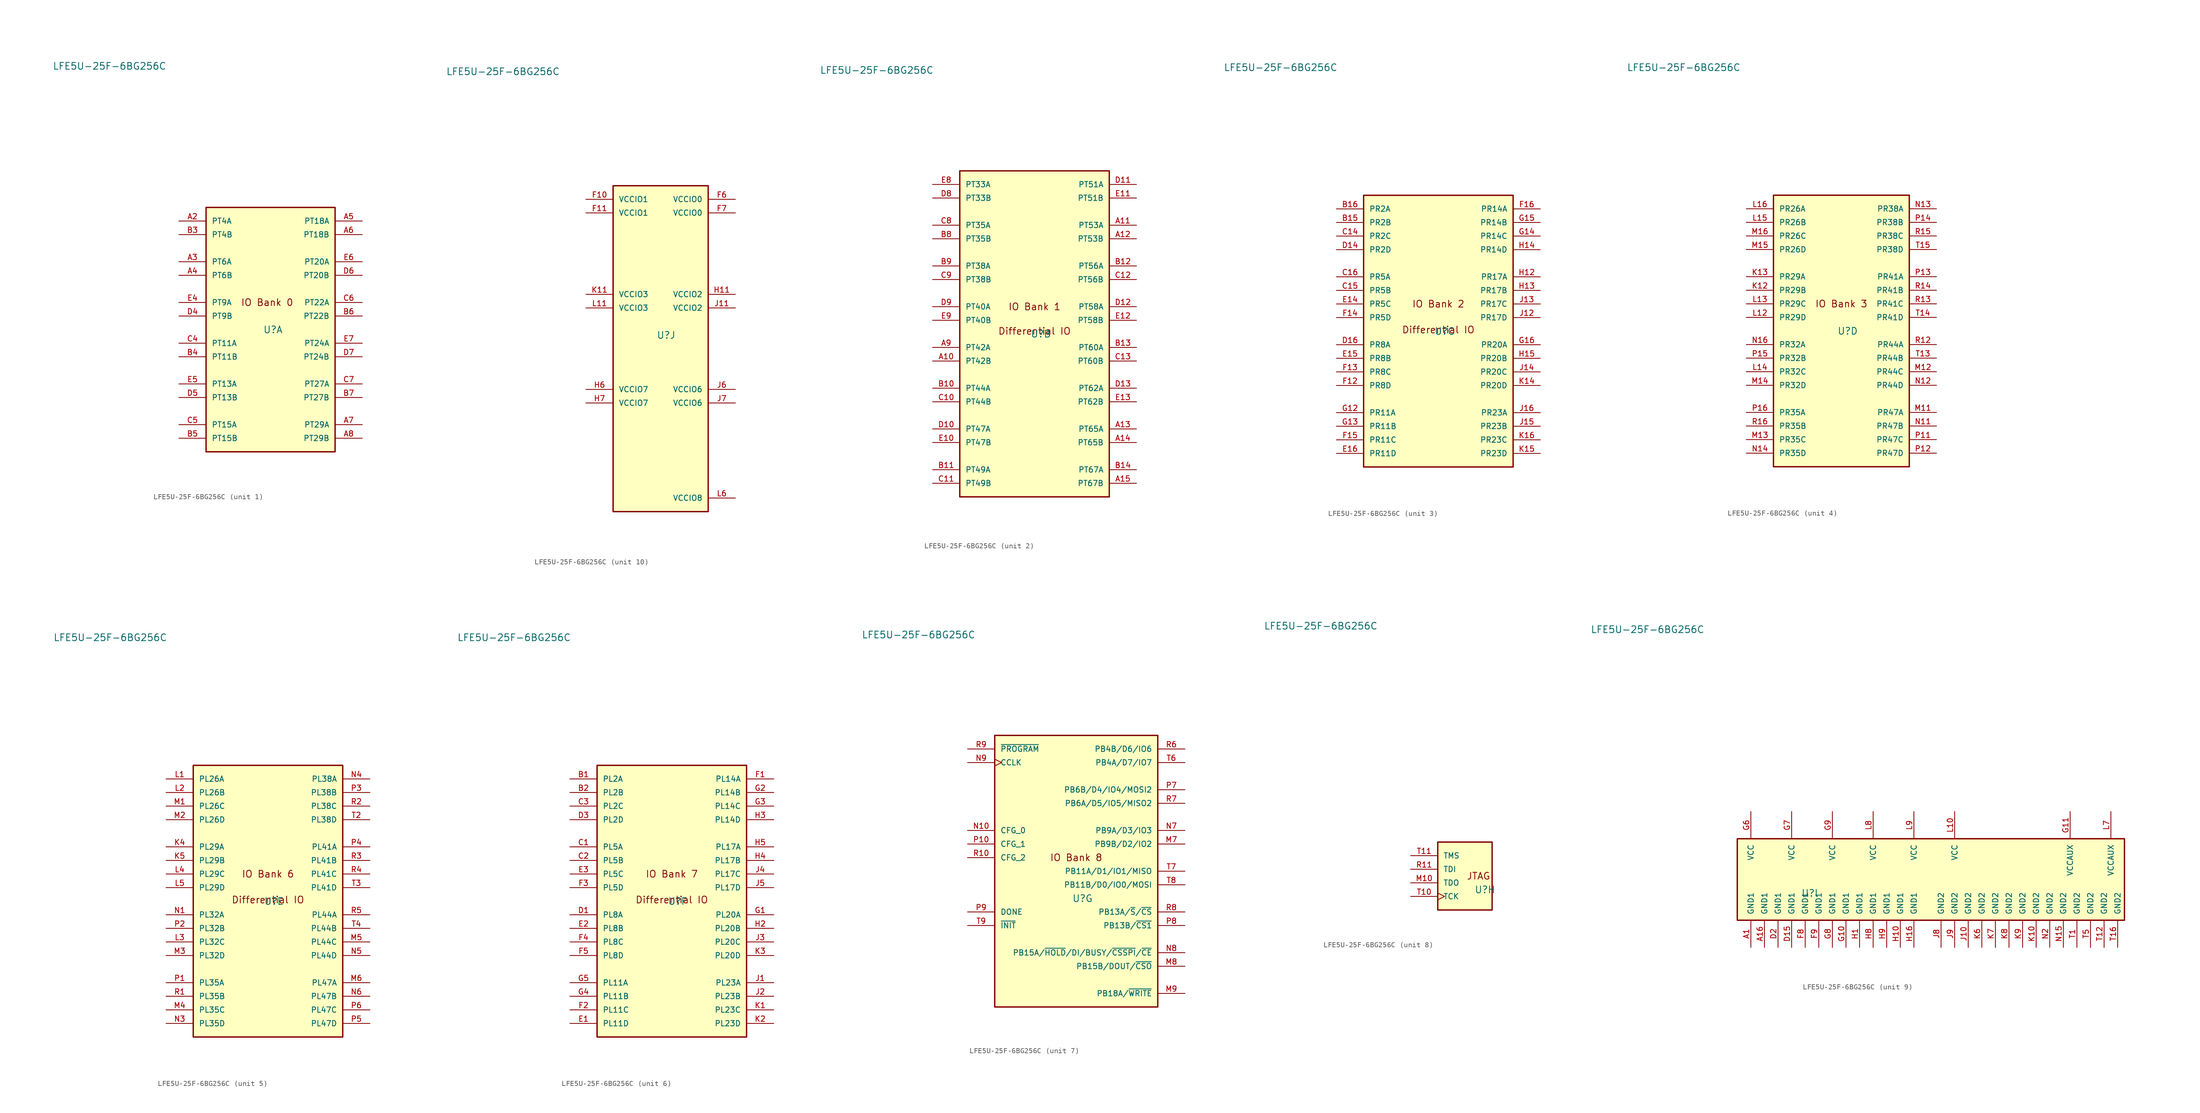
<source format=kicad_sym>
(kicad_symbol_lib
  (version 20241209)
  (generator "kicad_symbol_editor")
  (generator_version "9.0")
  (symbol "LFE5U-25F-6BG256C"
    (pin_names
      (offset 1.016))
    (property "Reference" "U"
      (at -0.762 -3.302 0)
      (effects (font (size 1.27 1.27)) (justify left bottom)))
    (property "Value" "LFE5U-25F-6BG256C"
      (at -40.132 47.498 0)
      (effects (font (size 1.27 1.27)) (justify left top)))
    (property "ki_locked" ""
      (at 0 0 0)
      (effects (font (size 1.27 1.27))))
    (symbol "LFE5U-25F-6BG256C_1_0"
      (rectangle (start -11.43 20.32) (end 12.7 -25.4) (stroke (width 0.254) (type default)) (fill (type background)))
      (pin bidirectional line (at -16.51 17.78 0) (length 5.08) (name "PT4A" (effects (font (size 1.016 1.016)))) (number "A2" (effects (font (size 1.016 1.016)))))
      (pin bidirectional line (at -16.51 15.24 0) (length 5.08) (name "PT4B" (effects (font (size 1.016 1.016)))) (number "B3" (effects (font (size 1.016 1.016)))))
      (pin bidirectional line (at -16.51 10.16 0) (length 5.08) (name "PT6A" (effects (font (size 1.016 1.016)))) (number "A3" (effects (font (size 1.016 1.016)))))
      (pin bidirectional line (at -16.51 7.62 0) (length 5.08) (name "PT6B" (effects (font (size 1.016 1.016)))) (number "A4" (effects (font (size 1.016 1.016)))))
      (pin bidirectional line (at -16.51 2.54 0) (length 5.08) (name "PT9A" (effects (font (size 1.016 1.016)))) (number "E4" (effects (font (size 1.016 1.016)))))
      (pin bidirectional line (at -16.51 0 0) (length 5.08) (name "PT9B" (effects (font (size 1.016 1.016)))) (number "D4" (effects (font (size 1.016 1.016)))))
      (pin bidirectional line (at -16.51 -5.08 0) (length 5.08) (name "PT11A" (effects (font (size 1.016 1.016)))) (number "C4" (effects (font (size 1.016 1.016)))))
      (pin bidirectional line (at -16.51 -7.62 0) (length 5.08) (name "PT11B" (effects (font (size 1.016 1.016)))) (number "B4" (effects (font (size 1.016 1.016)))))
      (pin bidirectional line (at -16.51 -12.7 0) (length 5.08) (name "PT13A" (effects (font (size 1.016 1.016)))) (number "E5" (effects (font (size 1.016 1.016)))))
      (pin bidirectional line (at -16.51 -15.24 0) (length 5.08) (name "PT13B" (effects (font (size 1.016 1.016)))) (number "D5" (effects (font (size 1.016 1.016)))))
      (pin bidirectional line (at -16.51 -20.32 0) (length 5.08) (name "PT15A" (effects (font (size 1.016 1.016)))) (number "C5" (effects (font (size 1.016 1.016)))))
      (pin bidirectional line (at -16.51 -22.86 0) (length 5.08) (name "PT15B" (effects (font (size 1.016 1.016)))) (number "B5" (effects (font (size 1.016 1.016)))))
      (pin bidirectional line (at 17.78 17.78 180) (length 5.08) (name "PT18A" (effects (font (size 1.016 1.016)))) (number "A5" (effects (font (size 1.016 1.016)))))
      (pin bidirectional line (at 17.78 15.24 180) (length 5.08) (name "PT18B" (effects (font (size 1.016 1.016)))) (number "A6" (effects (font (size 1.016 1.016)))))
      (pin bidirectional line (at 17.78 10.16 180) (length 5.08) (name "PT20A" (effects (font (size 1.016 1.016)))) (number "E6" (effects (font (size 1.016 1.016)))))
      (pin bidirectional line (at 17.78 7.62 180) (length 5.08) (name "PT20B" (effects (font (size 1.016 1.016)))) (number "D6" (effects (font (size 1.016 1.016)))))
      (pin bidirectional line (at 17.78 2.54 180) (length 5.08) (name "PT22A" (effects (font (size 1.016 1.016)))) (number "C6" (effects (font (size 1.016 1.016)))))
      (pin bidirectional line (at 17.78 0 180) (length 5.08) (name "PT22B" (effects (font (size 1.016 1.016)))) (number "B6" (effects (font (size 1.016 1.016)))))
      (pin bidirectional line (at 17.78 -5.08 180) (length 5.08) (name "PT24A" (effects (font (size 1.016 1.016)))) (number "E7" (effects (font (size 1.016 1.016)))))
      (pin bidirectional line (at 17.78 -7.62 180) (length 5.08) (name "PT24B" (effects (font (size 1.016 1.016)))) (number "D7" (effects (font (size 1.016 1.016)))))
      (pin bidirectional line (at 17.78 -12.7 180) (length 5.08) (name "PT27A" (effects (font (size 1.016 1.016)))) (number "C7" (effects (font (size 1.016 1.016)))))
      (pin bidirectional line (at 17.78 -15.24 180) (length 5.08) (name "PT27B" (effects (font (size 1.016 1.016)))) (number "B7" (effects (font (size 1.016 1.016)))))
      (pin bidirectional line (at 17.78 -20.32 180) (length 5.08) (name "PT29A" (effects (font (size 1.016 1.016)))) (number "A7" (effects (font (size 1.016 1.016)))))
      (pin bidirectional line (at 17.78 -22.86 180) (length 5.08) (name "PT29B" (effects (font (size 1.016 1.016)))) (number "A8" (effects (font (size 1.016 1.016))))))
    (symbol "LFE5U-25F-6BG256C_1_1"
      (text "IO Bank 0" (at 0 2.54 0) (effects (font (size 1.27 1.27)))))
    (symbol "LFE5U-25F-6BG256C_2_0"
      (rectangle (start -13.97 27.94) (end 13.97 -33.02) (stroke (width 0.254) (type default)) (fill (type background)))
      (pin bidirectional line (at -19.05 25.4 0) (length 5.08) (name "PT33A" (effects (font (size 1.016 1.016)))) (number "E8" (effects (font (size 1.016 1.016)))))
      (pin bidirectional line (at -19.05 22.86 0) (length 5.08) (name "PT33B" (effects (font (size 1.016 1.016)))) (number "D8" (effects (font (size 1.016 1.016)))))
      (pin bidirectional line (at -19.05 17.78 0) (length 5.08) (name "PT35A" (effects (font (size 1.016 1.016)))) (number "C8" (effects (font (size 1.016 1.016)))))
      (pin bidirectional line (at -19.05 15.24 0) (length 5.08) (name "PT35B" (effects (font (size 1.016 1.016)))) (number "B8" (effects (font (size 1.016 1.016)))))
      (pin bidirectional line (at -19.05 10.16 0) (length 5.08) (name "PT38A" (effects (font (size 1.016 1.016)))) (number "B9" (effects (font (size 1.016 1.016)))))
      (pin bidirectional line (at -19.05 7.62 0) (length 5.08) (name "PT38B" (effects (font (size 1.016 1.016)))) (number "C9" (effects (font (size 1.016 1.016)))))
      (pin bidirectional line (at -19.05 2.54 0) (length 5.08) (name "PT40A" (effects (font (size 1.016 1.016)))) (number "D9" (effects (font (size 1.016 1.016)))))
      (pin bidirectional line (at -19.05 0 0) (length 5.08) (name "PT40B" (effects (font (size 1.016 1.016)))) (number "E9" (effects (font (size 1.016 1.016)))))
      (pin bidirectional line (at -19.05 -5.08 0) (length 5.08) (name "PT42A" (effects (font (size 1.016 1.016)))) (number "A9" (effects (font (size 1.016 1.016)))))
      (pin bidirectional line (at -19.05 -7.62 0) (length 5.08) (name "PT42B" (effects (font (size 1.016 1.016)))) (number "A10" (effects (font (size 1.016 1.016)))))
      (pin bidirectional line (at -19.05 -12.7 0) (length 5.08) (name "PT44A" (effects (font (size 1.016 1.016)))) (number "B10" (effects (font (size 1.016 1.016)))))
      (pin bidirectional line (at -19.05 -15.24 0) (length 5.08) (name "PT44B" (effects (font (size 1.016 1.016)))) (number "C10" (effects (font (size 1.016 1.016)))))
      (pin bidirectional line (at -19.05 -20.32 0) (length 5.08) (name "PT47A" (effects (font (size 1.016 1.016)))) (number "D10" (effects (font (size 1.016 1.016)))))
      (pin bidirectional line (at -19.05 -22.86 0) (length 5.08) (name "PT47B" (effects (font (size 1.016 1.016)))) (number "E10" (effects (font (size 1.016 1.016)))))
      (pin bidirectional line (at -19.05 -27.94 0) (length 5.08) (name "PT49A" (effects (font (size 1.016 1.016)))) (number "B11" (effects (font (size 1.016 1.016)))))
      (pin bidirectional line (at -19.05 -30.48 0) (length 5.08) (name "PT49B" (effects (font (size 1.016 1.016)))) (number "C11" (effects (font (size 1.016 1.016)))))
      (pin bidirectional line (at 19.05 25.4 180) (length 5.08) (name "PT51A" (effects (font (size 1.016 1.016)))) (number "D11" (effects (font (size 1.016 1.016)))))
      (pin bidirectional line (at 19.05 22.86 180) (length 5.08) (name "PT51B" (effects (font (size 1.016 1.016)))) (number "E11" (effects (font (size 1.016 1.016)))))
      (pin bidirectional line (at 19.05 17.78 180) (length 5.08) (name "PT53A" (effects (font (size 1.016 1.016)))) (number "A11" (effects (font (size 1.016 1.016)))))
      (pin bidirectional line (at 19.05 15.24 180) (length 5.08) (name "PT53B" (effects (font (size 1.016 1.016)))) (number "A12" (effects (font (size 1.016 1.016)))))
      (pin bidirectional line (at 19.05 10.16 180) (length 5.08) (name "PT56A" (effects (font (size 1.016 1.016)))) (number "B12" (effects (font (size 1.016 1.016)))))
      (pin bidirectional line (at 19.05 7.62 180) (length 5.08) (name "PT56B" (effects (font (size 1.016 1.016)))) (number "C12" (effects (font (size 1.016 1.016)))))
      (pin bidirectional line (at 19.05 2.54 180) (length 5.08) (name "PT58A" (effects (font (size 1.016 1.016)))) (number "D12" (effects (font (size 1.016 1.016)))))
      (pin bidirectional line (at 19.05 0 180) (length 5.08) (name "PT58B" (effects (font (size 1.016 1.016)))) (number "E12" (effects (font (size 1.016 1.016)))))
      (pin bidirectional line (at 19.05 -5.08 180) (length 5.08) (name "PT60A" (effects (font (size 1.016 1.016)))) (number "B13" (effects (font (size 1.016 1.016)))))
      (pin bidirectional line (at 19.05 -7.62 180) (length 5.08) (name "PT60B" (effects (font (size 1.016 1.016)))) (number "C13" (effects (font (size 1.016 1.016)))))
      (pin bidirectional line (at 19.05 -12.7 180) (length 5.08) (name "PT62A" (effects (font (size 1.016 1.016)))) (number "D13" (effects (font (size 1.016 1.016)))))
      (pin bidirectional line (at 19.05 -15.24 180) (length 5.08) (name "PT62B" (effects (font (size 1.016 1.016)))) (number "E13" (effects (font (size 1.016 1.016)))))
      (pin bidirectional line (at 19.05 -20.32 180) (length 5.08) (name "PT65A" (effects (font (size 1.016 1.016)))) (number "A13" (effects (font (size 1.016 1.016)))))
      (pin bidirectional line (at 19.05 -22.86 180) (length 5.08) (name "PT65B" (effects (font (size 1.016 1.016)))) (number "A14" (effects (font (size 1.016 1.016)))))
      (pin bidirectional line (at 19.05 -27.94 180) (length 5.08) (name "PT67A" (effects (font (size 1.016 1.016)))) (number "B14" (effects (font (size 1.016 1.016)))))
      (pin bidirectional line (at 19.05 -30.48 180) (length 5.08) (name "PT67B" (effects (font (size 1.016 1.016)))) (number "A15" (effects (font (size 1.016 1.016))))))
    (symbol "LFE5U-25F-6BG256C_2_1"
      (text "IO Bank 1" (at 0 2.54 0) (effects (font (size 1.27 1.27))))
      (text "Differential IO" (at 0 -2.032 0) (effects (font (size 1.27 1.27)))))
    (symbol "LFE5U-25F-6BG256C_3_0"
      (rectangle (start -13.97 22.86) (end 13.97 -27.94) (stroke (width 0.254) (type default)) (fill (type background)))
      (pin bidirectional line (at -19.05 20.32 0) (length 5.08) (name "PR2A" (effects (font (size 1.016 1.016)))) (number "B16" (effects (font (size 1.016 1.016)))))
      (pin bidirectional line (at -19.05 17.78 0) (length 5.08) (name "PR2B" (effects (font (size 1.016 1.016)))) (number "B15" (effects (font (size 1.016 1.016)))))
      (pin bidirectional line (at -19.05 15.24 0) (length 5.08) (name "PR2C" (effects (font (size 1.016 1.016)))) (number "C14" (effects (font (size 1.016 1.016)))))
      (pin bidirectional line (at -19.05 12.7 0) (length 5.08) (name "PR2D" (effects (font (size 1.016 1.016)))) (number "D14" (effects (font (size 1.016 1.016)))))
      (pin bidirectional line (at -19.05 7.62 0) (length 5.08) (name "PR5A" (effects (font (size 1.016 1.016)))) (number "C16" (effects (font (size 1.016 1.016)))))
      (pin bidirectional line (at -19.05 5.08 0) (length 5.08) (name "PR5B" (effects (font (size 1.016 1.016)))) (number "C15" (effects (font (size 1.016 1.016)))))
      (pin bidirectional line (at -19.05 2.54 0) (length 5.08) (name "PR5C" (effects (font (size 1.016 1.016)))) (number "E14" (effects (font (size 1.016 1.016)))))
      (pin bidirectional line (at -19.05 0 0) (length 5.08) (name "PR5D" (effects (font (size 1.016 1.016)))) (number "F14" (effects (font (size 1.016 1.016)))))
      (pin bidirectional line (at -19.05 -5.08 0) (length 5.08) (name "PR8A" (effects (font (size 1.016 1.016)))) (number "D16" (effects (font (size 1.016 1.016)))))
      (pin bidirectional line (at -19.05 -7.62 0) (length 5.08) (name "PR8B" (effects (font (size 1.016 1.016)))) (number "E15" (effects (font (size 1.016 1.016)))))
      (pin bidirectional line (at -19.05 -10.16 0) (length 5.08) (name "PR8C" (effects (font (size 1.016 1.016)))) (number "F13" (effects (font (size 1.016 1.016)))))
      (pin bidirectional line (at -19.05 -12.7 0) (length 5.08) (name "PR8D" (effects (font (size 1.016 1.016)))) (number "F12" (effects (font (size 1.016 1.016)))))
      (pin bidirectional line (at -19.05 -17.78 0) (length 5.08) (name "PR11A" (effects (font (size 1.016 1.016)))) (number "G12" (effects (font (size 1.016 1.016)))))
      (pin bidirectional line (at -19.05 -20.32 0) (length 5.08) (name "PR11B" (effects (font (size 1.016 1.016)))) (number "G13" (effects (font (size 1.016 1.016)))))
      (pin bidirectional line (at -19.05 -22.86 0) (length 5.08) (name "PR11C" (effects (font (size 1.016 1.016)))) (number "F15" (effects (font (size 1.016 1.016)))))
      (pin bidirectional line (at -19.05 -25.4 0) (length 5.08) (name "PR11D" (effects (font (size 1.016 1.016)))) (number "E16" (effects (font (size 1.016 1.016)))))
      (pin bidirectional line (at 19.05 20.32 180) (length 5.08) (name "PR14A" (effects (font (size 1.016 1.016)))) (number "F16" (effects (font (size 1.016 1.016)))))
      (pin bidirectional line (at 19.05 17.78 180) (length 5.08) (name "PR14B" (effects (font (size 1.016 1.016)))) (number "G15" (effects (font (size 1.016 1.016)))))
      (pin bidirectional line (at 19.05 15.24 180) (length 5.08) (name "PR14C" (effects (font (size 1.016 1.016)))) (number "G14" (effects (font (size 1.016 1.016)))))
      (pin bidirectional line (at 19.05 12.7 180) (length 5.08) (name "PR14D" (effects (font (size 1.016 1.016)))) (number "H14" (effects (font (size 1.016 1.016)))))
      (pin bidirectional line (at 19.05 7.62 180) (length 5.08) (name "PR17A" (effects (font (size 1.016 1.016)))) (number "H12" (effects (font (size 1.016 1.016)))))
      (pin bidirectional line (at 19.05 5.08 180) (length 5.08) (name "PR17B" (effects (font (size 1.016 1.016)))) (number "H13" (effects (font (size 1.016 1.016)))))
      (pin bidirectional line (at 19.05 2.54 180) (length 5.08) (name "PR17C" (effects (font (size 1.016 1.016)))) (number "J13" (effects (font (size 1.016 1.016)))))
      (pin bidirectional line (at 19.05 0 180) (length 5.08) (name "PR17D" (effects (font (size 1.016 1.016)))) (number "J12" (effects (font (size 1.016 1.016)))))
      (pin bidirectional line (at 19.05 -5.08 180) (length 5.08) (name "PR20A" (effects (font (size 1.016 1.016)))) (number "G16" (effects (font (size 1.016 1.016)))))
      (pin bidirectional line (at 19.05 -7.62 180) (length 5.08) (name "PR20B" (effects (font (size 1.016 1.016)))) (number "H15" (effects (font (size 1.016 1.016)))))
      (pin bidirectional line (at 19.05 -10.16 180) (length 5.08) (name "PR20C" (effects (font (size 1.016 1.016)))) (number "J14" (effects (font (size 1.016 1.016)))))
      (pin bidirectional line (at 19.05 -12.7 180) (length 5.08) (name "PR20D" (effects (font (size 1.016 1.016)))) (number "K14" (effects (font (size 1.016 1.016)))))
      (pin bidirectional line (at 19.05 -17.78 180) (length 5.08) (name "PR23A" (effects (font (size 1.016 1.016)))) (number "J16" (effects (font (size 1.016 1.016)))))
      (pin bidirectional line (at 19.05 -20.32 180) (length 5.08) (name "PR23B" (effects (font (size 1.016 1.016)))) (number "J15" (effects (font (size 1.016 1.016)))))
      (pin bidirectional line (at 19.05 -22.86 180) (length 5.08) (name "PR23C" (effects (font (size 1.016 1.016)))) (number "K16" (effects (font (size 1.016 1.016)))))
      (pin bidirectional line (at 19.05 -25.4 180) (length 5.08) (name "PR23D" (effects (font (size 1.016 1.016)))) (number "K15" (effects (font (size 1.016 1.016))))))
    (symbol "LFE5U-25F-6BG256C_3_1"
      (text "IO Bank 2" (at 0 2.54 0) (effects (font (size 1.27 1.27))))
      (text "Differential IO" (at 0 -2.286 0) (effects (font (size 1.27 1.27)))))
    (symbol "LFE5U-25F-6BG256C_4_0"
      (rectangle (start -12.7 22.86) (end 12.7 -27.94) (stroke (width 0.254) (type default)) (fill (type background)))
      (pin bidirectional line (at -17.78 20.32 0) (length 5.08) (name "PR26A" (effects (font (size 1.016 1.016)))) (number "L16" (effects (font (size 1.016 1.016)))))
      (pin bidirectional line (at -17.78 17.78 0) (length 5.08) (name "PR26B" (effects (font (size 1.016 1.016)))) (number "L15" (effects (font (size 1.016 1.016)))))
      (pin bidirectional line (at -17.78 15.24 0) (length 5.08) (name "PR26C" (effects (font (size 1.016 1.016)))) (number "M16" (effects (font (size 1.016 1.016)))))
      (pin bidirectional line (at -17.78 12.7 0) (length 5.08) (name "PR26D" (effects (font (size 1.016 1.016)))) (number "M15" (effects (font (size 1.016 1.016)))))
      (pin bidirectional line (at -17.78 7.62 0) (length 5.08) (name "PR29A" (effects (font (size 1.016 1.016)))) (number "K13" (effects (font (size 1.016 1.016)))))
      (pin bidirectional line (at -17.78 5.08 0) (length 5.08) (name "PR29B" (effects (font (size 1.016 1.016)))) (number "K12" (effects (font (size 1.016 1.016)))))
      (pin bidirectional line (at -17.78 2.54 0) (length 5.08) (name "PR29C" (effects (font (size 1.016 1.016)))) (number "L13" (effects (font (size 1.016 1.016)))))
      (pin bidirectional line (at -17.78 0 0) (length 5.08) (name "PR29D" (effects (font (size 1.016 1.016)))) (number "L12" (effects (font (size 1.016 1.016)))))
      (pin bidirectional line (at -17.78 -5.08 0) (length 5.08) (name "PR32A" (effects (font (size 1.016 1.016)))) (number "N16" (effects (font (size 1.016 1.016)))))
      (pin bidirectional line (at -17.78 -7.62 0) (length 5.08) (name "PR32B" (effects (font (size 1.016 1.016)))) (number "P15" (effects (font (size 1.016 1.016)))))
      (pin bidirectional line (at -17.78 -10.16 0) (length 5.08) (name "PR32C" (effects (font (size 1.016 1.016)))) (number "L14" (effects (font (size 1.016 1.016)))))
      (pin bidirectional line (at -17.78 -12.7 0) (length 5.08) (name "PR32D" (effects (font (size 1.016 1.016)))) (number "M14" (effects (font (size 1.016 1.016)))))
      (pin bidirectional line (at -17.78 -17.78 0) (length 5.08) (name "PR35A" (effects (font (size 1.016 1.016)))) (number "P16" (effects (font (size 1.016 1.016)))))
      (pin bidirectional line (at -17.78 -20.32 0) (length 5.08) (name "PR35B" (effects (font (size 1.016 1.016)))) (number "R16" (effects (font (size 1.016 1.016)))))
      (pin bidirectional line (at -17.78 -22.86 0) (length 5.08) (name "PR35C" (effects (font (size 1.016 1.016)))) (number "M13" (effects (font (size 1.016 1.016)))))
      (pin bidirectional line (at -17.78 -25.4 0) (length 5.08) (name "PR35D" (effects (font (size 1.016 1.016)))) (number "N14" (effects (font (size 1.016 1.016)))))
      (pin bidirectional line (at 17.78 20.32 180) (length 5.08) (name "PR38A" (effects (font (size 1.016 1.016)))) (number "N13" (effects (font (size 1.016 1.016)))))
      (pin bidirectional line (at 17.78 17.78 180) (length 5.08) (name "PR38B" (effects (font (size 1.016 1.016)))) (number "P14" (effects (font (size 1.016 1.016)))))
      (pin bidirectional line (at 17.78 15.24 180) (length 5.08) (name "PR38C" (effects (font (size 1.016 1.016)))) (number "R15" (effects (font (size 1.016 1.016)))))
      (pin bidirectional line (at 17.78 12.7 180) (length 5.08) (name "PR38D" (effects (font (size 1.016 1.016)))) (number "T15" (effects (font (size 1.016 1.016)))))
      (pin bidirectional line (at 17.78 7.62 180) (length 5.08) (name "PR41A" (effects (font (size 1.016 1.016)))) (number "P13" (effects (font (size 1.016 1.016)))))
      (pin bidirectional line (at 17.78 5.08 180) (length 5.08) (name "PR41B" (effects (font (size 1.016 1.016)))) (number "R14" (effects (font (size 1.016 1.016)))))
      (pin bidirectional line (at 17.78 2.54 180) (length 5.08) (name "PR41C" (effects (font (size 1.016 1.016)))) (number "R13" (effects (font (size 1.016 1.016)))))
      (pin bidirectional line (at 17.78 0 180) (length 5.08) (name "PR41D" (effects (font (size 1.016 1.016)))) (number "T14" (effects (font (size 1.016 1.016)))))
      (pin bidirectional line (at 17.78 -5.08 180) (length 5.08) (name "PR44A" (effects (font (size 1.016 1.016)))) (number "R12" (effects (font (size 1.016 1.016)))))
      (pin bidirectional line (at 17.78 -7.62 180) (length 5.08) (name "PR44B" (effects (font (size 1.016 1.016)))) (number "T13" (effects (font (size 1.016 1.016)))))
      (pin bidirectional line (at 17.78 -10.16 180) (length 5.08) (name "PR44C" (effects (font (size 1.016 1.016)))) (number "M12" (effects (font (size 1.016 1.016)))))
      (pin bidirectional line (at 17.78 -12.7 180) (length 5.08) (name "PR44D" (effects (font (size 1.016 1.016)))) (number "N12" (effects (font (size 1.016 1.016)))))
      (pin bidirectional line (at 17.78 -17.78 180) (length 5.08) (name "PR47A" (effects (font (size 1.016 1.016)))) (number "M11" (effects (font (size 1.016 1.016)))))
      (pin bidirectional line (at 17.78 -20.32 180) (length 5.08) (name "PR47B" (effects (font (size 1.016 1.016)))) (number "N11" (effects (font (size 1.016 1.016)))))
      (pin bidirectional line (at 17.78 -22.86 180) (length 5.08) (name "PR47C" (effects (font (size 1.016 1.016)))) (number "P11" (effects (font (size 1.016 1.016)))))
      (pin bidirectional line (at 17.78 -25.4 180) (length 5.08) (name "PR47D" (effects (font (size 1.016 1.016)))) (number "P12" (effects (font (size 1.016 1.016))))))
    (symbol "LFE5U-25F-6BG256C_4_1"
      (text "IO Bank 3" (at 0 2.54 0) (effects (font (size 1.27 1.27)))))
    (symbol "LFE5U-25F-6BG256C_5_0"
      (rectangle (start -13.97 22.86) (end 13.97 -27.94) (stroke (width 0.254) (type default)) (fill (type background)))
      (pin bidirectional line (at -19.05 20.32 0) (length 5.08) (name "PL26A" (effects (font (size 1.016 1.016)))) (number "L1" (effects (font (size 1.016 1.016)))))
      (pin bidirectional line (at -19.05 17.78 0) (length 5.08) (name "PL26B" (effects (font (size 1.016 1.016)))) (number "L2" (effects (font (size 1.016 1.016)))))
      (pin bidirectional line (at -19.05 15.24 0) (length 5.08) (name "PL26C" (effects (font (size 1.016 1.016)))) (number "M1" (effects (font (size 1.016 1.016)))))
      (pin bidirectional line (at -19.05 12.7 0) (length 5.08) (name "PL26D" (effects (font (size 1.016 1.016)))) (number "M2" (effects (font (size 1.016 1.016)))))
      (pin bidirectional line (at -19.05 7.62 0) (length 5.08) (name "PL29A" (effects (font (size 1.016 1.016)))) (number "K4" (effects (font (size 1.016 1.016)))))
      (pin bidirectional line (at -19.05 5.08 0) (length 5.08) (name "PL29B" (effects (font (size 1.016 1.016)))) (number "K5" (effects (font (size 1.016 1.016)))))
      (pin bidirectional line (at -19.05 2.54 0) (length 5.08) (name "PL29C" (effects (font (size 1.016 1.016)))) (number "L4" (effects (font (size 1.016 1.016)))))
      (pin bidirectional line (at -19.05 0 0) (length 5.08) (name "PL29D" (effects (font (size 1.016 1.016)))) (number "L5" (effects (font (size 1.016 1.016)))))
      (pin bidirectional line (at -19.05 -5.08 0) (length 5.08) (name "PL32A" (effects (font (size 1.016 1.016)))) (number "N1" (effects (font (size 1.016 1.016)))))
      (pin bidirectional line (at -19.05 -7.62 0) (length 5.08) (name "PL32B" (effects (font (size 1.016 1.016)))) (number "P2" (effects (font (size 1.016 1.016)))))
      (pin bidirectional line (at -19.05 -10.16 0) (length 5.08) (name "PL32C" (effects (font (size 1.016 1.016)))) (number "L3" (effects (font (size 1.016 1.016)))))
      (pin bidirectional line (at -19.05 -12.7 0) (length 5.08) (name "PL32D" (effects (font (size 1.016 1.016)))) (number "M3" (effects (font (size 1.016 1.016)))))
      (pin bidirectional line (at -19.05 -17.78 0) (length 5.08) (name "PL35A" (effects (font (size 1.016 1.016)))) (number "P1" (effects (font (size 1.016 1.016)))))
      (pin bidirectional line (at -19.05 -20.32 0) (length 5.08) (name "PL35B" (effects (font (size 1.016 1.016)))) (number "R1" (effects (font (size 1.016 1.016)))))
      (pin bidirectional line (at -19.05 -22.86 0) (length 5.08) (name "PL35C" (effects (font (size 1.016 1.016)))) (number "M4" (effects (font (size 1.016 1.016)))))
      (pin bidirectional line (at -19.05 -25.4 0) (length 5.08) (name "PL35D" (effects (font (size 1.016 1.016)))) (number "N3" (effects (font (size 1.016 1.016)))))
      (pin bidirectional line (at 19.05 20.32 180) (length 5.08) (name "PL38A" (effects (font (size 1.016 1.016)))) (number "N4" (effects (font (size 1.016 1.016)))))
      (pin bidirectional line (at 19.05 17.78 180) (length 5.08) (name "PL38B" (effects (font (size 1.016 1.016)))) (number "P3" (effects (font (size 1.016 1.016)))))
      (pin bidirectional line (at 19.05 15.24 180) (length 5.08) (name "PL38C" (effects (font (size 1.016 1.016)))) (number "R2" (effects (font (size 1.016 1.016)))))
      (pin bidirectional line (at 19.05 12.7 180) (length 5.08) (name "PL38D" (effects (font (size 1.016 1.016)))) (number "T2" (effects (font (size 1.016 1.016)))))
      (pin bidirectional line (at 19.05 7.62 180) (length 5.08) (name "PL41A" (effects (font (size 1.016 1.016)))) (number "P4" (effects (font (size 1.016 1.016)))))
      (pin bidirectional line (at 19.05 5.08 180) (length 5.08) (name "PL41B" (effects (font (size 1.016 1.016)))) (number "R3" (effects (font (size 1.016 1.016)))))
      (pin bidirectional line (at 19.05 2.54 180) (length 5.08) (name "PL41C" (effects (font (size 1.016 1.016)))) (number "R4" (effects (font (size 1.016 1.016)))))
      (pin bidirectional line (at 19.05 0 180) (length 5.08) (name "PL41D" (effects (font (size 1.016 1.016)))) (number "T3" (effects (font (size 1.016 1.016)))))
      (pin bidirectional line (at 19.05 -5.08 180) (length 5.08) (name "PL44A" (effects (font (size 1.016 1.016)))) (number "R5" (effects (font (size 1.016 1.016)))))
      (pin bidirectional line (at 19.05 -7.62 180) (length 5.08) (name "PL44B" (effects (font (size 1.016 1.016)))) (number "T4" (effects (font (size 1.016 1.016)))))
      (pin bidirectional line (at 19.05 -10.16 180) (length 5.08) (name "PL44C" (effects (font (size 1.016 1.016)))) (number "M5" (effects (font (size 1.016 1.016)))))
      (pin bidirectional line (at 19.05 -12.7 180) (length 5.08) (name "PL44D" (effects (font (size 1.016 1.016)))) (number "N5" (effects (font (size 1.016 1.016)))))
      (pin bidirectional line (at 19.05 -17.78 180) (length 5.08) (name "PL47A" (effects (font (size 1.016 1.016)))) (number "M6" (effects (font (size 1.016 1.016)))))
      (pin bidirectional line (at 19.05 -20.32 180) (length 5.08) (name "PL47B" (effects (font (size 1.016 1.016)))) (number "N6" (effects (font (size 1.016 1.016)))))
      (pin bidirectional line (at 19.05 -22.86 180) (length 5.08) (name "PL47C" (effects (font (size 1.016 1.016)))) (number "P6" (effects (font (size 1.016 1.016)))))
      (pin bidirectional line (at 19.05 -25.4 180) (length 5.08) (name "PL47D" (effects (font (size 1.016 1.016)))) (number "P5" (effects (font (size 1.016 1.016))))))
    (symbol "LFE5U-25F-6BG256C_5_1"
      (text "IO Bank 6" (at 0 2.54 0) (effects (font (size 1.27 1.27))))
      (text "Differential IO" (at 0 -2.286 0) (effects (font (size 1.27 1.27)))))
    (symbol "LFE5U-25F-6BG256C_6_0"
      (rectangle (start -13.97 22.86) (end 13.97 -27.94) (stroke (width 0.254) (type default)) (fill (type background)))
      (pin bidirectional line (at -19.05 20.32 0) (length 5.08) (name "PL2A" (effects (font (size 1.016 1.016)))) (number "B1" (effects (font (size 1.016 1.016)))))
      (pin bidirectional line (at -19.05 17.78 0) (length 5.08) (name "PL2B" (effects (font (size 1.016 1.016)))) (number "B2" (effects (font (size 1.016 1.016)))))
      (pin bidirectional line (at -19.05 15.24 0) (length 5.08) (name "PL2C" (effects (font (size 1.016 1.016)))) (number "C3" (effects (font (size 1.016 1.016)))))
      (pin bidirectional line (at -19.05 12.7 0) (length 5.08) (name "PL2D" (effects (font (size 1.016 1.016)))) (number "D3" (effects (font (size 1.016 1.016)))))
      (pin bidirectional line (at -19.05 7.62 0) (length 5.08) (name "PL5A" (effects (font (size 1.016 1.016)))) (number "C1" (effects (font (size 1.016 1.016)))))
      (pin bidirectional line (at -19.05 5.08 0) (length 5.08) (name "PL5B" (effects (font (size 1.016 1.016)))) (number "C2" (effects (font (size 1.016 1.016)))))
      (pin bidirectional line (at -19.05 2.54 0) (length 5.08) (name "PL5C" (effects (font (size 1.016 1.016)))) (number "E3" (effects (font (size 1.016 1.016)))))
      (pin bidirectional line (at -19.05 0 0) (length 5.08) (name "PL5D" (effects (font (size 1.016 1.016)))) (number "F3" (effects (font (size 1.016 1.016)))))
      (pin bidirectional line (at -19.05 -5.08 0) (length 5.08) (name "PL8A" (effects (font (size 1.016 1.016)))) (number "D1" (effects (font (size 1.016 1.016)))))
      (pin bidirectional line (at -19.05 -7.62 0) (length 5.08) (name "PL8B" (effects (font (size 1.016 1.016)))) (number "E2" (effects (font (size 1.016 1.016)))))
      (pin bidirectional line (at -19.05 -10.16 0) (length 5.08) (name "PL8C" (effects (font (size 1.016 1.016)))) (number "F4" (effects (font (size 1.016 1.016)))))
      (pin bidirectional line (at -19.05 -12.7 0) (length 5.08) (name "PL8D" (effects (font (size 1.016 1.016)))) (number "F5" (effects (font (size 1.016 1.016)))))
      (pin bidirectional line (at -19.05 -17.78 0) (length 5.08) (name "PL11A" (effects (font (size 1.016 1.016)))) (number "G5" (effects (font (size 1.016 1.016)))))
      (pin bidirectional line (at -19.05 -20.32 0) (length 5.08) (name "PL11B" (effects (font (size 1.016 1.016)))) (number "G4" (effects (font (size 1.016 1.016)))))
      (pin bidirectional line (at -19.05 -22.86 0) (length 5.08) (name "PL11C" (effects (font (size 1.016 1.016)))) (number "F2" (effects (font (size 1.016 1.016)))))
      (pin bidirectional line (at -19.05 -25.4 0) (length 5.08) (name "PL11D" (effects (font (size 1.016 1.016)))) (number "E1" (effects (font (size 1.016 1.016)))))
      (pin bidirectional line (at 19.05 20.32 180) (length 5.08) (name "PL14A" (effects (font (size 1.016 1.016)))) (number "F1" (effects (font (size 1.016 1.016)))))
      (pin bidirectional line (at 19.05 17.78 180) (length 5.08) (name "PL14B" (effects (font (size 1.016 1.016)))) (number "G2" (effects (font (size 1.016 1.016)))))
      (pin bidirectional line (at 19.05 15.24 180) (length 5.08) (name "PL14C" (effects (font (size 1.016 1.016)))) (number "G3" (effects (font (size 1.016 1.016)))))
      (pin bidirectional line (at 19.05 12.7 180) (length 5.08) (name "PL14D" (effects (font (size 1.016 1.016)))) (number "H3" (effects (font (size 1.016 1.016)))))
      (pin bidirectional line (at 19.05 7.62 180) (length 5.08) (name "PL17A" (effects (font (size 1.016 1.016)))) (number "H5" (effects (font (size 1.016 1.016)))))
      (pin bidirectional line (at 19.05 5.08 180) (length 5.08) (name "PL17B" (effects (font (size 1.016 1.016)))) (number "H4" (effects (font (size 1.016 1.016)))))
      (pin bidirectional line (at 19.05 2.54 180) (length 5.08) (name "PL17C" (effects (font (size 1.016 1.016)))) (number "J4" (effects (font (size 1.016 1.016)))))
      (pin bidirectional line (at 19.05 0 180) (length 5.08) (name "PL17D" (effects (font (size 1.016 1.016)))) (number "J5" (effects (font (size 1.016 1.016)))))
      (pin bidirectional line (at 19.05 -5.08 180) (length 5.08) (name "PL20A" (effects (font (size 1.016 1.016)))) (number "G1" (effects (font (size 1.016 1.016)))))
      (pin bidirectional line (at 19.05 -7.62 180) (length 5.08) (name "PL20B" (effects (font (size 1.016 1.016)))) (number "H2" (effects (font (size 1.016 1.016)))))
      (pin bidirectional line (at 19.05 -10.16 180) (length 5.08) (name "PL20C" (effects (font (size 1.016 1.016)))) (number "J3" (effects (font (size 1.016 1.016)))))
      (pin bidirectional line (at 19.05 -12.7 180) (length 5.08) (name "PL20D" (effects (font (size 1.016 1.016)))) (number "K3" (effects (font (size 1.016 1.016)))))
      (pin bidirectional line (at 19.05 -17.78 180) (length 5.08) (name "PL23A" (effects (font (size 1.016 1.016)))) (number "J1" (effects (font (size 1.016 1.016)))))
      (pin bidirectional line (at 19.05 -20.32 180) (length 5.08) (name "PL23B" (effects (font (size 1.016 1.016)))) (number "J2" (effects (font (size 1.016 1.016)))))
      (pin bidirectional line (at 19.05 -22.86 180) (length 5.08) (name "PL23C" (effects (font (size 1.016 1.016)))) (number "K1" (effects (font (size 1.016 1.016)))))
      (pin bidirectional line (at 19.05 -25.4 180) (length 5.08) (name "PL23D" (effects (font (size 1.016 1.016)))) (number "K2" (effects (font (size 1.016 1.016))))))
    (symbol "LFE5U-25F-6BG256C_6_1"
      (text "IO Bank 7" (at 0 2.54 0) (effects (font (size 1.27 1.27))))
      (text "Differential IO" (at 0 -2.286 0) (effects (font (size 1.27 1.27)))))
    (symbol "LFE5U-25F-6BG256C_7_0"
      (rectangle (start -15.24 27.94) (end 15.24 -22.86) (stroke (width 0.254) (type default)) (fill (type background)))
      (pin input line (at -20.32 25.4 0) (length 5.08) (name "~{PROGRAM}" (effects (font (size 1.016 1.016)))) (number "R9" (effects (font (size 1.016 1.016)))))
      (pin input clock (at -20.32 22.86 0) (length 5.08) (name "CCLK" (effects (font (size 1.016 1.016)))) (number "N9" (effects (font (size 1.016 1.016)))))
      (pin input line (at -20.32 10.16 0) (length 5.08) (name "CFG_0" (effects (font (size 1.016 1.016)))) (number "N10" (effects (font (size 1.016 1.016)))))
      (pin input line (at -20.32 7.62 0) (length 5.08) (name "CFG_1" (effects (font (size 1.016 1.016)))) (number "P10" (effects (font (size 1.016 1.016)))))
      (pin input line (at -20.32 5.08 0) (length 5.08) (name "CFG_2" (effects (font (size 1.016 1.016)))) (number "R10" (effects (font (size 1.016 1.016)))))
      (pin bidirectional line (at -20.32 -5.08 0) (length 5.08) (name "DONE" (effects (font (size 1.016 1.016)))) (number "P9" (effects (font (size 1.016 1.016)))))
      (pin bidirectional line (at -20.32 -7.62 0) (length 5.08) (name "~{INIT}" (effects (font (size 1.016 1.016)))) (number "T9" (effects (font (size 1.016 1.016)))))
      (pin bidirectional line (at 20.32 25.4 180) (length 5.08) (name "PB4B/D6/IO6" (effects (font (size 1.016 1.016)))) (number "R6" (effects (font (size 1.016 1.016)))))
      (pin bidirectional line (at 20.32 22.86 180) (length 5.08) (name "PB4A/D7/IO7" (effects (font (size 1.016 1.016)))) (number "T6" (effects (font (size 1.016 1.016)))))
      (pin bidirectional line (at 20.32 17.78 180) (length 5.08) (name "PB6B/D4/IO4/MOSI2" (effects (font (size 1.016 1.016)))) (number "P7" (effects (font (size 1.016 1.016)))))
      (pin bidirectional line (at 20.32 15.24 180) (length 5.08) (name "PB6A/D5/IO5/MISO2" (effects (font (size 1.016 1.016)))) (number "R7" (effects (font (size 1.016 1.016)))))
      (pin bidirectional line (at 20.32 10.16 180) (length 5.08) (name "PB9A/D3/IO3" (effects (font (size 1.016 1.016)))) (number "N7" (effects (font (size 1.016 1.016)))))
      (pin bidirectional line (at 20.32 7.62 180) (length 5.08) (name "PB9B/D2/IO2" (effects (font (size 1.016 1.016)))) (number "M7" (effects (font (size 1.016 1.016)))))
      (pin bidirectional line (at 20.32 2.54 180) (length 5.08) (name "PB11A/D1/IO1/MISO" (effects (font (size 1.016 1.016)))) (number "T7" (effects (font (size 1.016 1.016)))))
      (pin bidirectional line (at 20.32 0 180) (length 5.08) (name "PB11B/D0/IO0/MOSI" (effects (font (size 1.016 1.016)))) (number "T8" (effects (font (size 1.016 1.016)))))
      (pin bidirectional line (at 20.32 -5.08 180) (length 5.08) (name "PB13A/~{S}/~{CS}" (effects (font (size 1.016 1.016)))) (number "R8" (effects (font (size 1.016 1.016)))))
      (pin bidirectional line (at 20.32 -7.62 180) (length 5.08) (name "PB13B/~{CS1}" (effects (font (size 1.016 1.016)))) (number "P8" (effects (font (size 1.016 1.016)))))
      (pin bidirectional line (at 20.32 -12.7 180) (length 5.08) (name "PB15A/~{HOLD}/DI/BUSY/~{CSSPI}/~{CE}" (effects (font (size 1.016 1.016)))) (number "N8" (effects (font (size 1.016 1.016)))))
      (pin bidirectional line (at 20.32 -15.24 180) (length 5.08) (name "PB15B/DOUT/~{CSO}" (effects (font (size 1.016 1.016)))) (number "M8" (effects (font (size 1.016 1.016)))))
      (pin bidirectional line (at 20.32 -20.32 180) (length 5.08) (name "PB18A/~{WRITE}" (effects (font (size 1.016 1.016)))) (number "M9" (effects (font (size 1.016 1.016))))))
    (symbol "LFE5U-25F-6BG256C_7_1"
      (text "IO Bank 8" (at 0 5.08 0) (effects (font (size 1.27 1.27)))))
    (symbol "LFE5U-25F-6BG256C_8_0"
      (rectangle (start -7.62 6.35) (end 2.54 -6.35) (stroke (width 0.254) (type default)) (fill (type background)))
      (pin input line (at -12.7 3.81 0) (length 5.08) (name "TMS" (effects (font (size 1.016 1.016)))) (number "T11" (effects (font (size 1.016 1.016)))))
      (pin input line (at -12.7 1.27 0) (length 5.08) (name "TDI" (effects (font (size 1.016 1.016)))) (number "R11" (effects (font (size 1.016 1.016)))))
      (pin output line (at -12.7 -1.27 0) (length 5.08) (name "TDO" (effects (font (size 1.016 1.016)))) (number "M10" (effects (font (size 1.016 1.016)))))
      (pin bidirectional clock (at -12.7 -3.81 0) (length 5.08) (name "TCK" (effects (font (size 1.016 1.016)))) (number "T10" (effects (font (size 1.016 1.016))))))
    (symbol "LFE5U-25F-6BG256C_8_1"
      (text "JTAG" (at 0 0 0) (effects (font (size 1.27 1.27)))))
    (symbol "LFE5U-25F-6BG256C_9_0"
      (rectangle (start -12.7 7.62) (end 59.69 -7.62) (stroke (width 0.254) (type default)) (fill (type background)))
      (pin power_in line (at -10.16 12.7 270) (length 5.08) (name "VCC" (effects (font (size 1.016 1.016)))) (number "G6" (effects (font (size 1.016 1.016)))))
      (pin power_in line (at -10.16 -12.7 90) (length 5.08) (name "GND1" (effects (font (size 1.016 1.016)))) (number "A1" (effects (font (size 1.016 1.016)))))
      (pin power_in line (at -7.62 -12.7 90) (length 5.08) (name "GND1" (effects (font (size 1.016 1.016)))) (number "A16" (effects (font (size 1.016 1.016)))))
      (pin power_in line (at -5.08 -12.7 90) (length 5.08) (name "GND1" (effects (font (size 1.016 1.016)))) (number "D2" (effects (font (size 1.016 1.016)))))
      (pin power_in line (at -2.54 12.7 270) (length 5.08) (name "VCC" (effects (font (size 1.016 1.016)))) (number "G7" (effects (font (size 1.016 1.016)))))
      (pin power_in line (at -2.54 -12.7 90) (length 5.08) (name "GND1" (effects (font (size 1.016 1.016)))) (number "D15" (effects (font (size 1.016 1.016)))))
      (pin power_in line (at 0 -12.7 90) (length 5.08) (name "GND1" (effects (font (size 1.016 1.016)))) (number "F8" (effects (font (size 1.016 1.016)))))
      (pin power_in line (at 2.54 -12.7 90) (length 5.08) (name "GND1" (effects (font (size 1.016 1.016)))) (number "F9" (effects (font (size 1.016 1.016)))))
      (pin power_in line (at 5.08 12.7 270) (length 5.08) (name "VCC" (effects (font (size 1.016 1.016)))) (number "G9" (effects (font (size 1.016 1.016)))))
      (pin power_in line (at 5.08 -12.7 90) (length 5.08) (name "GND1" (effects (font (size 1.016 1.016)))) (number "G8" (effects (font (size 1.016 1.016)))))
      (pin power_in line (at 7.62 -12.7 90) (length 5.08) (name "GND1" (effects (font (size 1.016 1.016)))) (number "G10" (effects (font (size 1.016 1.016)))))
      (pin power_in line (at 10.16 -12.7 90) (length 5.08) (name "GND1" (effects (font (size 1.016 1.016)))) (number "H1" (effects (font (size 1.016 1.016)))))
      (pin power_in line (at 12.7 12.7 270) (length 5.08) (name "VCC" (effects (font (size 1.016 1.016)))) (number "L8" (effects (font (size 1.016 1.016)))))
      (pin power_in line (at 12.7 -12.7 90) (length 5.08) (name "GND1" (effects (font (size 1.016 1.016)))) (number "H8" (effects (font (size 1.016 1.016)))))
      (pin power_in line (at 15.24 -12.7 90) (length 5.08) (name "GND1" (effects (font (size 1.016 1.016)))) (number "H9" (effects (font (size 1.016 1.016)))))
      (pin power_in line (at 17.78 -12.7 90) (length 5.08) (name "GND1" (effects (font (size 1.016 1.016)))) (number "H10" (effects (font (size 1.016 1.016)))))
      (pin power_in line (at 20.32 12.7 270) (length 5.08) (name "VCC" (effects (font (size 1.016 1.016)))) (number "L9" (effects (font (size 1.016 1.016)))))
      (pin power_in line (at 20.32 -12.7 90) (length 5.08) (name "GND1" (effects (font (size 1.016 1.016)))) (number "H16" (effects (font (size 1.016 1.016)))))
      (pin power_in line (at 25.4 -12.7 90) (length 5.08) (name "GND2" (effects (font (size 1.016 1.016)))) (number "J8" (effects (font (size 1.016 1.016)))))
      (pin power_in line (at 27.94 12.7 270) (length 5.08) (name "VCC" (effects (font (size 1.016 1.016)))) (number "L10" (effects (font (size 1.016 1.016)))))
      (pin power_in line (at 27.94 -12.7 90) (length 5.08) (name "GND2" (effects (font (size 1.016 1.016)))) (number "J9" (effects (font (size 1.016 1.016)))))
      (pin power_in line (at 30.48 -12.7 90) (length 5.08) (name "GND2" (effects (font (size 1.016 1.016)))) (number "J10" (effects (font (size 1.016 1.016)))))
      (pin power_in line (at 33.02 -12.7 90) (length 5.08) (name "GND2" (effects (font (size 1.016 1.016)))) (number "K6" (effects (font (size 1.016 1.016)))))
      (pin power_in line (at 35.56 -12.7 90) (length 5.08) (name "GND2" (effects (font (size 1.016 1.016)))) (number "K7" (effects (font (size 1.016 1.016)))))
      (pin power_in line (at 38.1 -12.7 90) (length 5.08) (name "GND2" (effects (font (size 1.016 1.016)))) (number "K8" (effects (font (size 1.016 1.016)))))
      (pin power_in line (at 40.64 -12.7 90) (length 5.08) (name "GND2" (effects (font (size 1.016 1.016)))) (number "K9" (effects (font (size 1.016 1.016)))))
      (pin power_in line (at 43.18 -12.7 90) (length 5.08) (name "GND2" (effects (font (size 1.016 1.016)))) (number "K10" (effects (font (size 1.016 1.016)))))
      (pin power_in line (at 45.72 -12.7 90) (length 5.08) (name "GND2" (effects (font (size 1.016 1.016)))) (number "N2" (effects (font (size 1.016 1.016)))))
      (pin power_in line (at 48.26 -12.7 90) (length 5.08) (name "GND2" (effects (font (size 1.016 1.016)))) (number "N15" (effects (font (size 1.016 1.016)))))
      (pin power_in line (at 49.53 12.7 270) (length 5.08) (name "VCCAUX" (effects (font (size 1.016 1.016)))) (number "G11" (effects (font (size 1.016 1.016)))))
      (pin power_in line (at 50.8 -12.7 90) (length 5.08) (name "GND2" (effects (font (size 1.016 1.016)))) (number "T1" (effects (font (size 1.016 1.016)))))
      (pin power_in line (at 53.34 -12.7 90) (length 5.08) (name "GND2" (effects (font (size 1.016 1.016)))) (number "T5" (effects (font (size 1.016 1.016)))))
      (pin power_in line (at 55.88 -12.7 90) (length 5.08) (name "GND2" (effects (font (size 1.016 1.016)))) (number "T12" (effects (font (size 1.016 1.016)))))
      (pin power_in line (at 57.15 12.7 270) (length 5.08) (name "VCCAUX" (effects (font (size 1.016 1.016)))) (number "L7" (effects (font (size 1.016 1.016)))))
      (pin power_in line (at 58.42 -12.7 90) (length 5.08) (name "GND2" (effects (font (size 1.016 1.016)))) (number "T16" (effects (font (size 1.016 1.016))))))
    (symbol "LFE5U-25F-6BG256C_10_0"
      (rectangle (start -8.89 25.4) (end 8.89 -35.56) (stroke (width 0.254) (type default)) (fill (type background)))
      (pin power_in line (at -13.97 22.86 0) (length 5.08) (name "VCCIO1" (effects (font (size 1.016 1.016)))) (number "F10" (effects (font (size 1.016 1.016)))))
      (pin power_in line (at -13.97 20.32 0) (length 5.08) (name "VCCIO1" (effects (font (size 1.016 1.016)))) (number "F11" (effects (font (size 1.016 1.016)))))
      (pin power_in line (at -13.97 5.08 0) (length 5.08) (name "VCCIO3" (effects (font (size 1.016 1.016)))) (number "K11" (effects (font (size 1.016 1.016)))))
      (pin power_in line (at -13.97 2.54 0) (length 5.08) (name "VCCIO3" (effects (font (size 1.016 1.016)))) (number "L11" (effects (font (size 1.016 1.016)))))
      (pin power_in line (at -13.97 -12.7 0) (length 5.08) (name "VCCIO7" (effects (font (size 1.016 1.016)))) (number "H6" (effects (font (size 1.016 1.016)))))
      (pin power_in line (at -13.97 -15.24 0) (length 5.08) (name "VCCIO7" (effects (font (size 1.016 1.016)))) (number "H7" (effects (font (size 1.016 1.016)))))
      (pin power_in line (at 13.97 22.86 180) (length 5.08) (name "VCCIO0" (effects (font (size 1.016 1.016)))) (number "F6" (effects (font (size 1.016 1.016)))))
      (pin power_in line (at 13.97 20.32 180) (length 5.08) (name "VCCIO0" (effects (font (size 1.016 1.016)))) (number "F7" (effects (font (size 1.016 1.016)))))
      (pin power_in line (at 13.97 5.08 180) (length 5.08) (name "VCCIO2" (effects (font (size 1.016 1.016)))) (number "H11" (effects (font (size 1.016 1.016)))))
      (pin power_in line (at 13.97 2.54 180) (length 5.08) (name "VCCIO2" (effects (font (size 1.016 1.016)))) (number "J11" (effects (font (size 1.016 1.016)))))
      (pin power_in line (at 13.97 -12.7 180) (length 5.08) (name "VCCIO6" (effects (font (size 1.016 1.016)))) (number "J6" (effects (font (size 1.016 1.016)))))
      (pin power_in line (at 13.97 -15.24 180) (length 5.08) (name "VCCIO6" (effects (font (size 1.016 1.016)))) (number "J7" (effects (font (size 1.016 1.016)))))
      (pin power_in line (at 13.97 -33.02 180) (length 5.08) (name "VCCIO8" (effects (font (size 1.016 1.016)))) (number "L6" (effects (font (size 1.016 1.016))))))))
</source>
